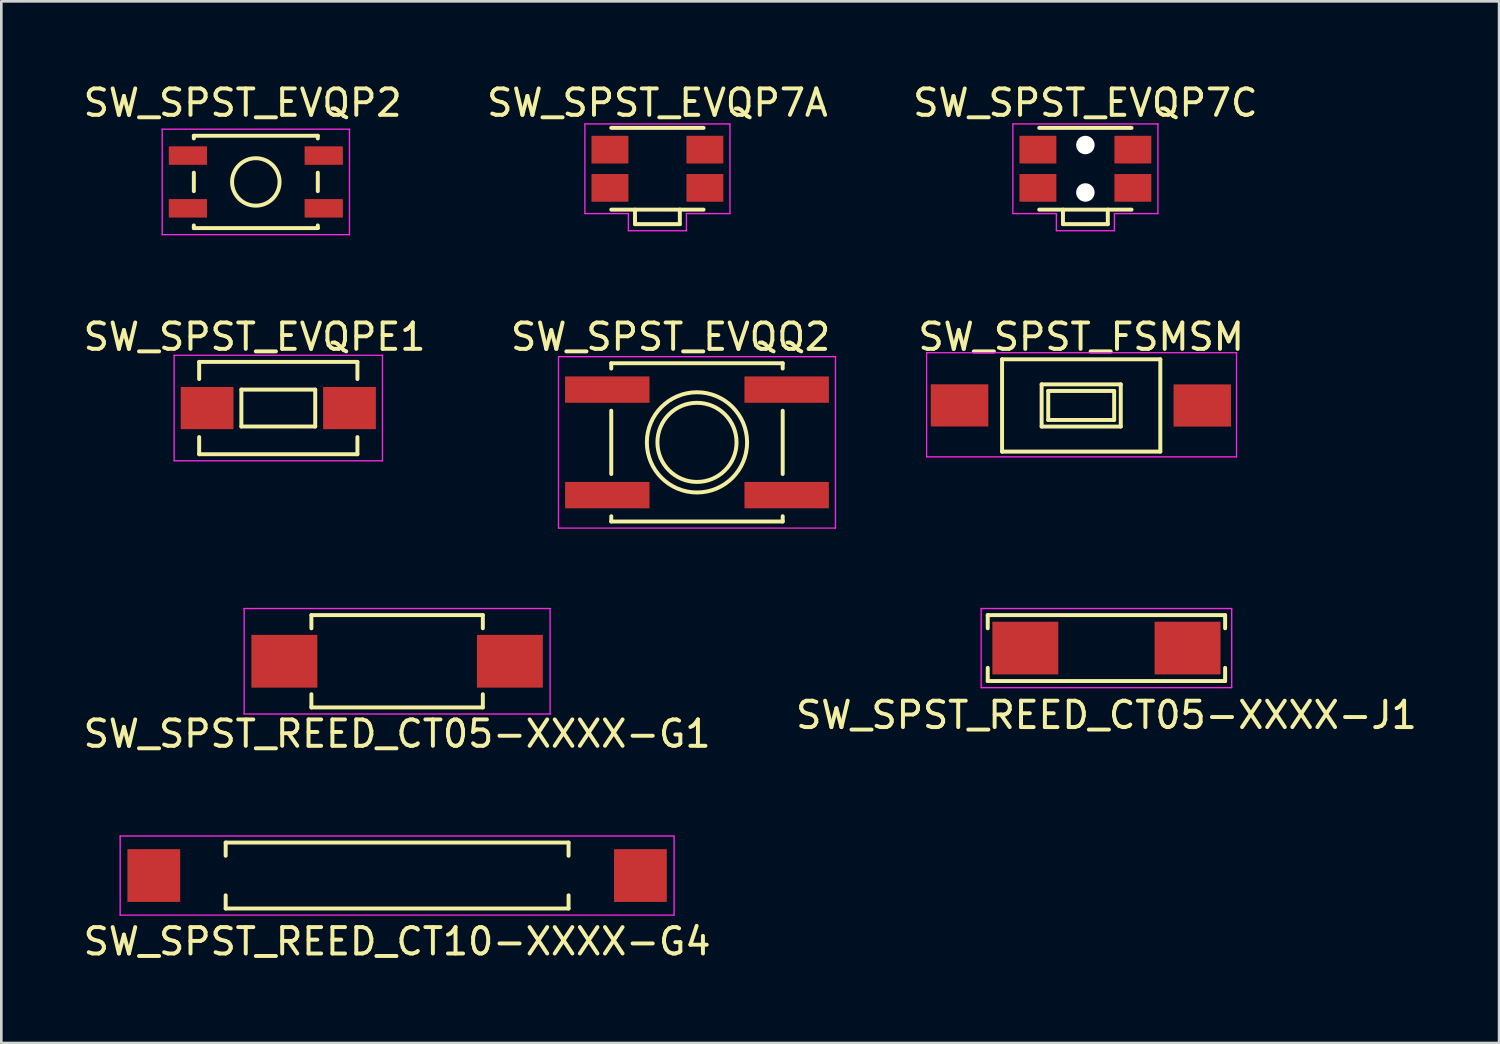
<source format=kicad_pcb>
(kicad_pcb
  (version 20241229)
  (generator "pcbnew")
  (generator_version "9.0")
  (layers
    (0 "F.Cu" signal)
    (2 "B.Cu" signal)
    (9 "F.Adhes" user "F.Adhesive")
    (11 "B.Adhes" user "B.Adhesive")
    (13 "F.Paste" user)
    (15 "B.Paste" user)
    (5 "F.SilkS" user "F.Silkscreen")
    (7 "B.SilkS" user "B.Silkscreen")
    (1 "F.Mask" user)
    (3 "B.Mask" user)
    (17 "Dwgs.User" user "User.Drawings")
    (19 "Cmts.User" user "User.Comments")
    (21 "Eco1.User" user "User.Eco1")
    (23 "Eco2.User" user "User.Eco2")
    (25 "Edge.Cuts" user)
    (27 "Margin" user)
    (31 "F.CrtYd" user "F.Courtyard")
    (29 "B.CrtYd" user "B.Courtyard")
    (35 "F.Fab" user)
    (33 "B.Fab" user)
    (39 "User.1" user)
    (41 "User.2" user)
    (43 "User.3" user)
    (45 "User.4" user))
  (footprint "SW_SPST_EVQQ2"
    (layer "F.Cu")
    (at 23.375 13.722)
    (property "Reference" "SW_SPST_EVQQ2" (at -1 -4 0) (layer "F.SilkS") (effects (font (size 1 1) (thickness 0.15))))
    (attr smd)
    (fp_line (start -3.25 -3) (end -3.25 -2.8) (stroke (width 0.15) (type solid)) (layer "F.SilkS"))
    (fp_line (start -3.25 -1.2) (end -3.25 1.2) (stroke (width 0.15) (type solid)) (layer "F.SilkS"))
    (fp_line (start -3.25 3) (end -3.25 2.8) (stroke (width 0.15) (type solid)) (layer "F.SilkS"))
    (fp_line (start -3.25 3) (end 3.25 3) (stroke (width 0.15) (type solid)) (layer "F.SilkS"))
    (fp_line (start 3.25 -3) (end -3.25 -3) (stroke (width 0.15) (type solid)) (layer "F.SilkS"))
    (fp_line (start 3.25 -3) (end 3.25 -2.8) (stroke (width 0.15) (type solid)) (layer "F.SilkS"))
    (fp_line (start 3.25 -1.2) (end 3.25 1.2) (stroke (width 0.15) (type solid)) (layer "F.SilkS"))
    (fp_line (start 3.25 3) (end 3.25 2.8) (stroke (width 0.15) (type solid)) (layer "F.SilkS"))
    (fp_circle (center 0 0) (end 1.5 0) (stroke (width 0.15) (type solid)) (fill no) (layer "F.SilkS"))
    (fp_circle (center 0 0) (end 1.9 0) (stroke (width 0.15) (type solid)) (fill no) (layer "F.SilkS"))
    (fp_line (start -5.25 -3.25) (end 5.25 -3.25) (stroke (width 0.05) (type solid)) (layer "F.CrtYd"))
    (fp_line (start -5.25 3.25) (end -5.25 -3.25) (stroke (width 0.05) (type solid)) (layer "F.CrtYd"))
    (fp_line (start 5.25 -3.25) (end 5.25 3.25) (stroke (width 0.05) (type solid)) (layer "F.CrtYd"))
    (fp_line (start 5.25 3.25) (end -5.25 3.25) (stroke (width 0.05) (type solid)) (layer "F.CrtYd"))
    (pad "1" smd rect (at -3.4 -2) (size 3.2 1) (layers "F.Cu" "F.Mask" "F.Paste"))
    (pad "1" smd rect (at 3.4 -2) (size 3.2 1) (layers "F.Cu" "F.Mask" "F.Paste"))
    (pad "2" smd rect (at -3.4 2) (size 3.2 1) (layers "F.Cu" "F.Mask" "F.Paste"))
    (pad "2" smd rect (at 3.4 2) (size 3.2 1) (layers "F.Cu" "F.Mask" "F.Paste")))
  (footprint "SW_SPST_EVQP7A"
    (layer "F.Cu")
    (at 21.875 3.348)
    (property "Reference" "SW_SPST_EVQP7A" (at 0 -2.5 0) (layer "F.SilkS") (effects (font (size 1 1) (thickness 0.15))))
    (attr smd)
    (fp_line (start -1.75 -1.55) (end 1.75 -1.55) (stroke (width 0.15) (type solid)) (layer "F.SilkS"))
    (fp_line (start -0.85 2.1) (end -0.85 1.55) (stroke (width 0.15) (type solid)) (layer "F.SilkS"))
    (fp_line (start 0.85 1.55) (end 0.85 2.1) (stroke (width 0.15) (type solid)) (layer "F.SilkS"))
    (fp_line (start 0.85 2.1) (end -0.85 2.1) (stroke (width 0.15) (type solid)) (layer "F.SilkS"))
    (fp_line (start 1.75 1.55) (end -1.75 1.55) (stroke (width 0.15) (type solid)) (layer "F.SilkS"))
    (fp_line (start -2.75 -1.7) (end 2.75 -1.7) (stroke (width 0.05) (type solid)) (layer "F.CrtYd"))
    (fp_line (start -2.75 1.7) (end -2.75 -1.7) (stroke (width 0.05) (type solid)) (layer "F.CrtYd"))
    (fp_line (start -1.1 1.7) (end -2.75 1.7) (stroke (width 0.05) (type solid)) (layer "F.CrtYd"))
    (fp_line (start -1.1 2.35) (end -1.1 1.7) (stroke (width 0.05) (type solid)) (layer "F.CrtYd"))
    (fp_line (start 1.1 1.7) (end 1.1 2.35) (stroke (width 0.05) (type solid)) (layer "F.CrtYd"))
    (fp_line (start 1.1 2.35) (end -1.1 2.35) (stroke (width 0.05) (type solid)) (layer "F.CrtYd"))
    (fp_line (start 2.75 -1.7) (end 2.75 1.7) (stroke (width 0.05) (type solid)) (layer "F.CrtYd"))
    (fp_line (start 2.75 1.7) (end 1.1 1.7) (stroke (width 0.05) (type solid)) (layer "F.CrtYd"))
    (pad "1" smd rect (at -1.8 -0.725) (size 1.4 1.05) (layers "F.Cu" "F.Mask" "F.Paste"))
    (pad "1" smd rect (at 1.8 -0.725) (size 1.4 1.05) (layers "F.Cu" "F.Mask" "F.Paste"))
    (pad "2" smd rect (at -1.8 0.725) (size 1.4 1.05) (layers "F.Cu" "F.Mask" "F.Paste"))
    (pad "2" smd rect (at 1.8 0.725) (size 1.4 1.05) (layers "F.Cu" "F.Mask" "F.Paste")))
  (footprint "SW_SPST_REED_CT05-XXXX-G1"
    (layer "F.Cu")
    (at 12.006 22.021)
    (property "Reference" "SW_SPST_REED_CT05-XXXX-G1" (at 0 2.75 0) (layer "F.SilkS") (effects (font (size 1 1) (thickness 0.15))))
    (attr smd)
    (fp_line (start -3.25 -1.75) (end 3.25 -1.75) (stroke (width 0.15) (type solid)) (layer "F.SilkS"))
    (fp_line (start -3.25 -1.25) (end -3.25 -1.75) (stroke (width 0.15) (type solid)) (layer "F.SilkS"))
    (fp_line (start -3.25 1.75) (end -3.25 1.25) (stroke (width 0.15) (type solid)) (layer "F.SilkS"))
    (fp_line (start 3.25 -1.75) (end 3.25 -1.25) (stroke (width 0.15) (type solid)) (layer "F.SilkS"))
    (fp_line (start 3.25 1.25) (end 3.25 1.75) (stroke (width 0.15) (type solid)) (layer "F.SilkS"))
    (fp_line (start 3.25 1.75) (end -3.25 1.75) (stroke (width 0.15) (type solid)) (layer "F.SilkS"))
    (fp_line (start -5.8 -2) (end 5.8 -2) (stroke (width 0.05) (type solid)) (layer "F.CrtYd"))
    (fp_line (start -5.8 2) (end -5.8 -2) (stroke (width 0.05) (type solid)) (layer "F.CrtYd"))
    (fp_line (start 5.8 -2) (end 5.8 2) (stroke (width 0.05) (type solid)) (layer "F.CrtYd"))
    (fp_line (start 5.8 2) (end -5.8 2) (stroke (width 0.05) (type solid)) (layer "F.CrtYd"))
    (pad "1" smd rect (at -4.275 0) (size 2.5 2) (layers "F.Cu" "F.Mask" "F.Paste"))
    (pad "2" smd rect (at 4.275 0) (size 2.5 2) (layers "F.Cu" "F.Mask" "F.Paste")))
  (footprint "SW_SPST_EVQP2"
    (layer "F.Cu")
    (at 6.649 3.848)
    (property "Reference" "SW_SPST_EVQP2" (at -0.5 -3 0) (layer "F.SilkS") (effects (font (size 1 1) (thickness 0.15))))
    (attr smd)
    (fp_line (start -2.35 -1.75) (end -2.35 -1.65) (stroke (width 0.15) (type solid)) (layer "F.SilkS"))
    (fp_line (start -2.35 -0.35) (end -2.35 0.35) (stroke (width 0.15) (type solid)) (layer "F.SilkS"))
    (fp_line (start -2.35 1.65) (end -2.35 1.75) (stroke (width 0.15) (type solid)) (layer "F.SilkS"))
    (fp_line (start -2.35 1.75) (end 2.35 1.75) (stroke (width 0.15) (type solid)) (layer "F.SilkS"))
    (fp_line (start 2.35 -1.75) (end -2.35 -1.75) (stroke (width 0.15) (type solid)) (layer "F.SilkS"))
    (fp_line (start 2.35 -1.75) (end 2.35 -1.65) (stroke (width 0.15) (type solid)) (layer "F.SilkS"))
    (fp_line (start 2.35 -0.35) (end 2.35 0.35) (stroke (width 0.15) (type solid)) (layer "F.SilkS"))
    (fp_line (start 2.35 1.75) (end 2.35 1.65) (stroke (width 0.15) (type solid)) (layer "F.SilkS"))
    (fp_circle (center 0 0) (end 0.9 0) (stroke (width 0.15) (type solid)) (fill no) (layer "F.SilkS"))
    (fp_line (start -3.55 -2) (end 3.55 -2) (stroke (width 0.05) (type solid)) (layer "F.CrtYd"))
    (fp_line (start -3.55 2) (end -3.55 -2) (stroke (width 0.05) (type solid)) (layer "F.CrtYd"))
    (fp_line (start 3.55 -2) (end 3.55 2) (stroke (width 0.05) (type solid)) (layer "F.CrtYd"))
    (fp_line (start 3.55 2) (end -3.55 2) (stroke (width 0.05) (type solid)) (layer "F.CrtYd"))
    (pad "1" smd rect (at -2.575 -1) (size 1.45 0.7) (layers "F.Cu" "F.Mask" "F.Paste"))
    (pad "1" smd rect (at 2.575 -1) (size 1.45 0.7) (layers "F.Cu" "F.Mask" "F.Paste"))
    (pad "2" smd rect (at -2.575 1) (size 1.45 0.7) (layers "F.Cu" "F.Mask" "F.Paste"))
    (pad "2" smd rect (at 2.575 1) (size 1.45 0.7) (layers "F.Cu" "F.Mask" "F.Paste")))
  (footprint "SW_SPST_REED_CT05-XXXX-J1"
    (layer "F.Cu")
    (at 38.899 21.521)
    (property "Reference" "SW_SPST_REED_CT05-XXXX-J1" (at 0 2.54 0) (layer "F.SilkS") (effects (font (size 1 1) (thickness 0.15))))
    (attr smd)
    (fp_line (start -4.5 -1.25) (end -4.5 -0.75) (stroke (width 0.15) (type solid)) (layer "F.SilkS"))
    (fp_line (start -4.5 0.75) (end -4.5 1.25) (stroke (width 0.15) (type solid)) (layer "F.SilkS"))
    (fp_line (start -4.5 1.25) (end 4.5 1.25) (stroke (width 0.15) (type solid)) (layer "F.SilkS"))
    (fp_line (start 4.5 -1.25) (end -4.5 -1.25) (stroke (width 0.15) (type solid)) (layer "F.SilkS"))
    (fp_line (start 4.5 -0.75) (end 4.5 -1.25) (stroke (width 0.15) (type solid)) (layer "F.SilkS"))
    (fp_line (start 4.5 1.25) (end 4.5 0.75) (stroke (width 0.15) (type solid)) (layer "F.SilkS"))
    (fp_line (start -4.75 -1.5) (end -4.75 1.5) (stroke (width 0.05) (type solid)) (layer "F.CrtYd"))
    (fp_line (start -4.75 1.5) (end 4.75 1.5) (stroke (width 0.05) (type solid)) (layer "F.CrtYd"))
    (fp_line (start 4.75 -1.5) (end -4.75 -1.5) (stroke (width 0.05) (type solid)) (layer "F.CrtYd"))
    (fp_line (start 4.75 1.5) (end 4.75 -1.5) (stroke (width 0.05) (type solid)) (layer "F.CrtYd"))
    (pad "1" smd rect (at -3.075 0) (size 2.5 2) (layers "F.Cu" "F.Mask" "F.Paste"))
    (pad "2" smd rect (at 3.075 0) (size 2.5 2) (layers "F.Cu" "F.Mask" "F.Paste")))
  (footprint "SW_SPST_REED_CT10-XXXX-G4"
    (layer "F.Cu")
    (at 12.006 30.145)
    (property "Reference" "SW_SPST_REED_CT10-XXXX-G4" (at 0 2.5 0) (layer "F.SilkS") (effects (font (size 1 1) (thickness 0.15))))
    (attr smd)
    (fp_line (start -6.5 -1.25) (end -6.5 -0.75) (stroke (width 0.15) (type solid)) (layer "F.SilkS"))
    (fp_line (start -6.5 0.75) (end -6.5 1.25) (stroke (width 0.15) (type solid)) (layer "F.SilkS"))
    (fp_line (start -6.5 1.25) (end 6.5 1.25) (stroke (width 0.15) (type solid)) (layer "F.SilkS"))
    (fp_line (start 6.5 -1.25) (end -6.5 -1.25) (stroke (width 0.15) (type solid)) (layer "F.SilkS"))
    (fp_line (start 6.5 -0.75) (end 6.5 -1.25) (stroke (width 0.15) (type solid)) (layer "F.SilkS"))
    (fp_line (start 6.5 1.25) (end 6.5 0.75) (stroke (width 0.15) (type solid)) (layer "F.SilkS"))
    (fp_line (start -10.5 1.5) (end -10.5 -1.5) (stroke (width 0.05) (type solid)) (layer "F.CrtYd"))
    (fp_line (start -10.5 1.5) (end 10.5 1.5) (stroke (width 0.05) (type solid)) (layer "F.CrtYd"))
    (fp_line (start 10.5 -1.5) (end -10.5 -1.5) (stroke (width 0.05) (type solid)) (layer "F.CrtYd"))
    (fp_line (start 10.5 -1.5) (end 10.5 1.5) (stroke (width 0.05) (type solid)) (layer "F.CrtYd"))
    (pad "1" smd rect (at -9.225 0) (size 2 2) (layers "F.Cu" "F.Mask" "F.Paste"))
    (pad "2" smd rect (at 9.225 0) (size 2 2) (layers "F.Cu" "F.Mask" "F.Paste")))
  (footprint "SW_SPST_EVQPE1"
    (layer "F.Cu")
    (at 7.501 12.421)
    (property "Reference" "SW_SPST_EVQPE1" (at -0.9 -2.7 0) (layer "F.SilkS") (effects (font (size 1 1) (thickness 0.15))))
    (attr smd)
    (fp_line (start -3 -1.75) (end -3 -1.1) (stroke (width 0.15) (type solid)) (layer "F.SilkS"))
    (fp_line (start -3 1.1) (end -3 1.75) (stroke (width 0.15) (type solid)) (layer "F.SilkS"))
    (fp_line (start -3 1.75) (end 3 1.75) (stroke (width 0.15) (type solid)) (layer "F.SilkS"))
    (fp_line (start -1.4 -0.7) (end 1.4 -0.7) (stroke (width 0.15) (type solid)) (layer "F.SilkS"))
    (fp_line (start -1.4 0.7) (end -1.4 -0.7) (stroke (width 0.15) (type solid)) (layer "F.SilkS"))
    (fp_line (start 1.4 -0.7) (end 1.4 0.7) (stroke (width 0.15) (type solid)) (layer "F.SilkS"))
    (fp_line (start 1.4 0.7) (end -1.4 0.7) (stroke (width 0.15) (type solid)) (layer "F.SilkS"))
    (fp_line (start 3 -1.75) (end -3 -1.75) (stroke (width 0.15) (type solid)) (layer "F.SilkS"))
    (fp_line (start 3 -1.75) (end 3 -1.1) (stroke (width 0.15) (type solid)) (layer "F.SilkS"))
    (fp_line (start 3 1.75) (end 3 1.1) (stroke (width 0.15) (type solid)) (layer "F.SilkS"))
    (fp_line (start -3.95 -2) (end 3.95 -2) (stroke (width 0.05) (type solid)) (layer "F.CrtYd"))
    (fp_line (start -3.95 2) (end -3.95 -2) (stroke (width 0.05) (type solid)) (layer "F.CrtYd"))
    (fp_line (start 3.95 -2) (end 3.95 2) (stroke (width 0.05) (type solid)) (layer "F.CrtYd"))
    (fp_line (start 3.95 2) (end -3.95 2) (stroke (width 0.05) (type solid)) (layer "F.CrtYd"))
    (pad "1" smd rect (at -2.7 0) (size 2 1.6) (layers "F.Cu" "F.Mask" "F.Paste"))
    (pad "2" smd rect (at 2.7 0) (size 2 1.6) (layers "F.Cu" "F.Mask" "F.Paste")))
  (footprint "SW_SPST_FSMSM"
    (layer "F.Cu")
    (at 37.932 12.322)
    (property "Reference" "SW_SPST_FSMSM" (at 0.01 -2.6 0) (layer "F.SilkS") (effects (font (size 1 1) (thickness 0.15))))
    (attr smd)
    (fp_line (start -2.99 -1.75) (end -2.99 1.75) (stroke (width 0.15) (type solid)) (layer "F.SilkS"))
    (fp_line (start -2.99 -1.75) (end 3.01 -1.75) (stroke (width 0.15) (type solid)) (layer "F.SilkS"))
    (fp_line (start -2.99 1.75) (end 3.01 1.75) (stroke (width 0.15) (type solid)) (layer "F.SilkS"))
    (fp_line (start -1.49 -0.8) (end -1.49 0.8) (stroke (width 0.15) (type solid)) (layer "F.SilkS"))
    (fp_line (start -1.49 -0.8) (end 1.51 -0.8) (stroke (width 0.15) (type solid)) (layer "F.SilkS"))
    (fp_line (start -1.49 0.8) (end 1.51 0.8) (stroke (width 0.15) (type solid)) (layer "F.SilkS"))
    (fp_line (start -1.24 -0.55) (end 1.26 -0.55) (stroke (width 0.15) (type solid)) (layer "F.SilkS"))
    (fp_line (start -1.24 0.55) (end -1.24 -0.55) (stroke (width 0.15) (type solid)) (layer "F.SilkS"))
    (fp_line (start 1.26 -0.55) (end 1.26 0.55) (stroke (width 0.15) (type solid)) (layer "F.SilkS"))
    (fp_line (start 1.26 0.55) (end -1.24 0.55) (stroke (width 0.15) (type solid)) (layer "F.SilkS"))
    (fp_line (start 1.51 -0.8) (end 1.51 0.8) (stroke (width 0.15) (type solid)) (layer "F.SilkS"))
    (fp_line (start 3.01 -1.75) (end 3.01 1.75) (stroke (width 0.15) (type solid)) (layer "F.SilkS"))
    (fp_line (start -5.85 -2) (end -5.85 1.95) (stroke (width 0.05) (type solid)) (layer "F.CrtYd"))
    (fp_line (start -5.85 -2) (end 5.9 -2) (stroke (width 0.05) (type solid)) (layer "F.CrtYd"))
    (fp_line (start -5.85 1.95) (end 5.9 1.95) (stroke (width 0.05) (type solid)) (layer "F.CrtYd"))
    (fp_line (start 5.9 -2) (end 5.9 1.95) (stroke (width 0.05) (type solid)) (layer "F.CrtYd"))
    (pad "1" smd rect (at -4.602 -0.002) (size 2.18 1.6) (layers "F.Cu" "F.Mask" "F.Paste"))
    (pad "2" smd rect (at 4.602 0.002) (size 2.18 1.6) (layers "F.Cu" "F.Mask" "F.Paste")))
  (footprint "SW_SPST_EVQP7C"
    (layer "F.Cu")
    (at 38.101 3.348)
    (property "Reference" "SW_SPST_EVQP7C" (at 0 -2.5 0) (layer "F.SilkS") (effects (font (size 1 1) (thickness 0.15))))
    (attr smd)
    (fp_line (start -1.75 -1.55) (end 1.75 -1.55) (stroke (width 0.15) (type solid)) (layer "F.SilkS"))
    (fp_line (start -0.85 2.1) (end -0.85 1.55) (stroke (width 0.15) (type solid)) (layer "F.SilkS"))
    (fp_line (start 0.85 1.55) (end 0.85 2.1) (stroke (width 0.15) (type solid)) (layer "F.SilkS"))
    (fp_line (start 0.85 2.1) (end -0.85 2.1) (stroke (width 0.15) (type solid)) (layer "F.SilkS"))
    (fp_line (start 1.75 1.55) (end -1.75 1.55) (stroke (width 0.15) (type solid)) (layer "F.SilkS"))
    (fp_line (start -2.75 -1.7) (end 2.75 -1.7) (stroke (width 0.05) (type solid)) (layer "F.CrtYd"))
    (fp_line (start -2.75 1.7) (end -2.75 -1.7) (stroke (width 0.05) (type solid)) (layer "F.CrtYd"))
    (fp_line (start -1.1 1.7) (end -2.75 1.7) (stroke (width 0.05) (type solid)) (layer "F.CrtYd"))
    (fp_line (start -1.1 2.35) (end -1.1 1.7) (stroke (width 0.05) (type solid)) (layer "F.CrtYd"))
    (fp_line (start 1.1 1.7) (end 1.1 2.35) (stroke (width 0.05) (type solid)) (layer "F.CrtYd"))
    (fp_line (start 1.1 2.35) (end -1.1 2.35) (stroke (width 0.05) (type solid)) (layer "F.CrtYd"))
    (fp_line (start 2.75 -1.7) (end 2.75 1.7) (stroke (width 0.05) (type solid)) (layer "F.CrtYd"))
    (fp_line (start 2.75 1.7) (end 1.1 1.7) (stroke (width 0.05) (type solid)) (layer "F.CrtYd"))
    (pad "" np_thru_hole circle (at 0 -0.9) (size 0.7 0.7) (drill 0.7) (layers "*.Cu" "*.Mask"))
    (pad "" np_thru_hole circle (at 0 0.9) (size 0.7 0.7) (drill 0.7) (layers "*.Cu" "*.Mask"))
    (pad "1" smd rect (at -1.8 -0.725) (size 1.4 1.05) (layers "F.Cu" "F.Mask" "F.Paste"))
    (pad "1" smd rect (at 1.8 -0.725) (size 1.4 1.05) (layers "F.Cu" "F.Mask" "F.Paste"))
    (pad "2" smd rect (at -1.8 0.725) (size 1.4 1.05) (layers "F.Cu" "F.Mask" "F.Paste"))
    (pad "2" smd rect (at 1.8 0.725) (size 1.4 1.05) (layers "F.Cu" "F.Mask" "F.Paste")))
  (gr_rect
    (start -3 -3)
    (end 53.786 36.493)
    (stroke (width 0.1) (type default))
    (fill no)
    (layer "Edge.Cuts")))
</source>
